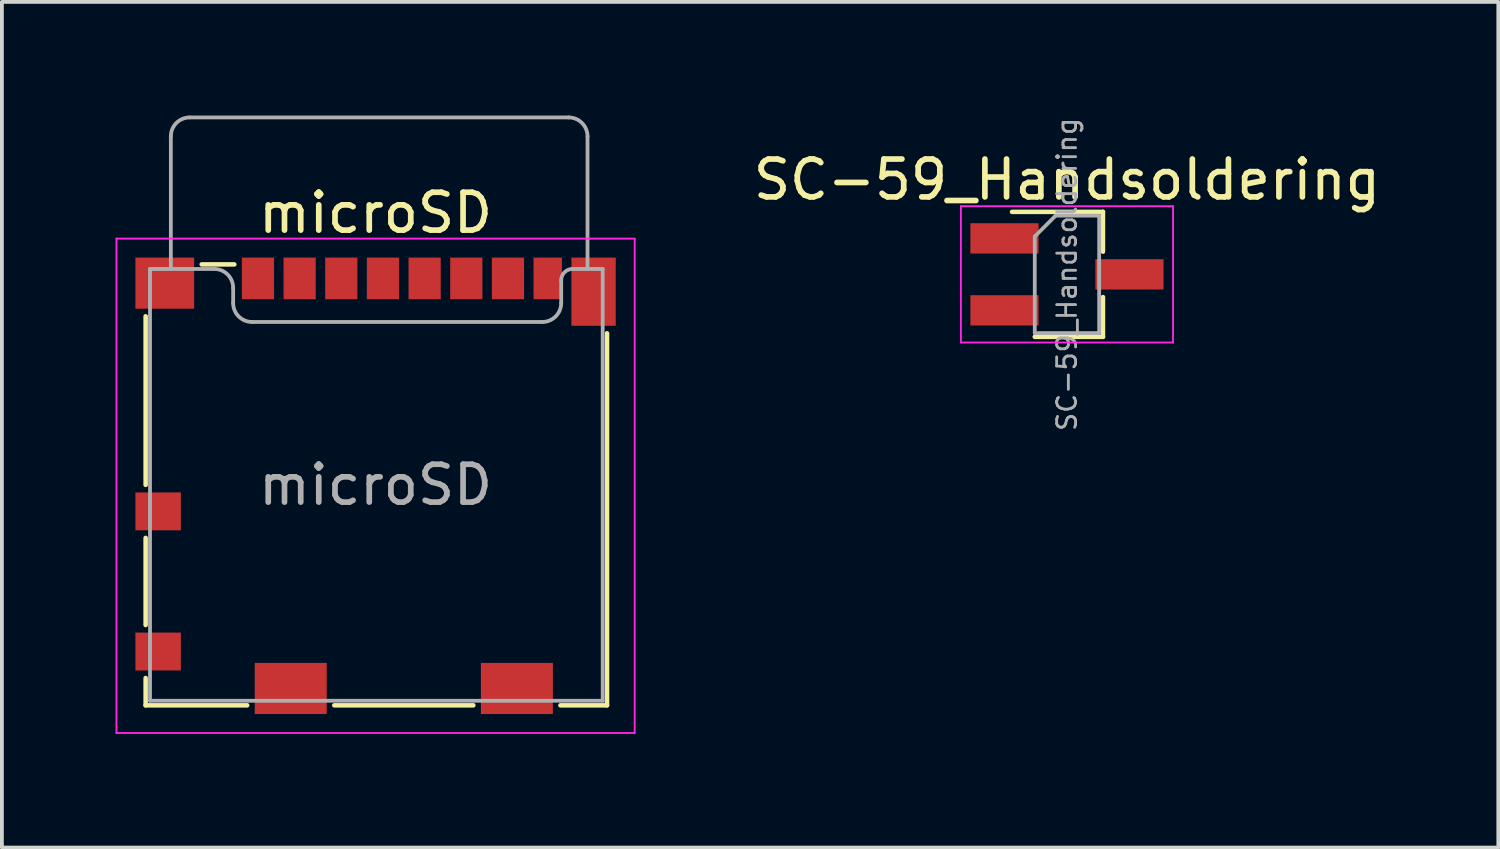
<source format=kicad_pcb>
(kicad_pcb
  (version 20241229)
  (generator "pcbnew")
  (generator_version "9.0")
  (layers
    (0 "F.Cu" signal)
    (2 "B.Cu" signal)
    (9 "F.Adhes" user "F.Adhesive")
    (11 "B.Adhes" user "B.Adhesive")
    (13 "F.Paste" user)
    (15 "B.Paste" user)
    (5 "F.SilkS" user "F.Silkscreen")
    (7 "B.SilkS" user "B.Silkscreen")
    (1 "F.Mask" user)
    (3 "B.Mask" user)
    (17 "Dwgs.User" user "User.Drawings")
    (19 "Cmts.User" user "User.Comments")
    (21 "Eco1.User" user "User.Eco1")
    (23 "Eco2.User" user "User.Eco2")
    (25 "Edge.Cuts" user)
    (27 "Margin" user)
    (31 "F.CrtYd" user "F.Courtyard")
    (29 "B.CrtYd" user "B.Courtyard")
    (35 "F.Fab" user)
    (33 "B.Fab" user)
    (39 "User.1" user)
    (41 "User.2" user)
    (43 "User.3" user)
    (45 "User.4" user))
  (footprint "SC-59_Handsoldering"
    (layer "F.Cu")
    (at 25.117 4.193)
    (property "Reference" "SC-59_Handsoldering" (at 0 -2.5 0) (layer "F.SilkS") (effects (font (size 1 1) (thickness 0.15))))
    (attr smd)
    (fp_line (start -1.45 -1.65) (end 0.95 -1.65) (stroke (width 0.12) (type solid)) (layer "F.SilkS"))
    (fp_line (start -0.85 1.65) (end 0.95 1.65) (stroke (width 0.12) (type solid)) (layer "F.SilkS"))
    (fp_line (start 0.95 -1.65) (end 0.95 -0.6) (stroke (width 0.12) (type solid)) (layer "F.SilkS"))
    (fp_line (start 0.95 1.65) (end 0.95 0.6) (stroke (width 0.12) (type solid)) (layer "F.SilkS"))
    (fp_line (start -2.8 -1.8) (end -2.8 1.8) (stroke (width 0.05) (type solid)) (layer "F.CrtYd"))
    (fp_line (start -2.8 -1.8) (end 2.8 -1.8) (stroke (width 0.05) (type solid)) (layer "F.CrtYd"))
    (fp_line (start 2.8 1.8) (end -2.8 1.8) (stroke (width 0.05) (type solid)) (layer "F.CrtYd"))
    (fp_line (start 2.8 1.8) (end 2.8 -1.8) (stroke (width 0.05) (type solid)) (layer "F.CrtYd"))
    (fp_line (start -0.85 1.55) (end -0.85 -1) (stroke (width 0.1) (type solid)) (layer "F.Fab"))
    (fp_line (start -0.85 1.55) (end 0.85 1.55) (stroke (width 0.1) (type solid)) (layer "F.Fab"))
    (fp_line (start -0.3 -1.55) (end -0.85 -1) (stroke (width 0.1) (type solid)) (layer "F.Fab"))
    (fp_line (start -0.3 -1.55) (end 0.85 -1.55) (stroke (width 0.1) (type solid)) (layer "F.Fab"))
    (fp_line (start 0.85 -1.52) (end 0.85 1.52) (stroke (width 0.1) (type solid)) (layer "F.Fab"))
    (fp_text user "${REFERENCE}" (at 0 0 90) (layer "F.Fab") (effects (font (size 0.5 0.5) (thickness 0.075))))
    (pad "1" smd rect (at -1.65 -0.95) (size 1.8 0.8) (layers "F.Cu" "F.Mask" "F.Paste"))
    (pad "2" smd rect (at -1.65 0.95) (size 1.8 0.8) (layers "F.Cu" "F.Mask" "F.Paste"))
    (pad "3" smd rect (at 1.65 0) (size 1.8 0.8) (layers "F.Cu" "F.Mask" "F.Paste")))
  (footprint "microSD"
    (layer "F.Cu")
    (at 6.865 9.75)
    (property "Reference" "microSD" (at 0 -7.18 0) (layer "F.SilkS") (effects (font (size 1 1) (thickness 0.15))))
    (attr smd)
    (fp_line (start -6.07 -4.45) (end -6.07 0) (stroke (width 0.12) (type solid)) (layer "F.SilkS"))
    (fp_line (start -6.07 1.4) (end -6.07 3.7) (stroke (width 0.12) (type solid)) (layer "F.SilkS"))
    (fp_line (start -6.07 5.1) (end -6.07 5.82) (stroke (width 0.12) (type solid)) (layer "F.SilkS"))
    (fp_line (start -6.07 5.82) (end -3.39 5.82) (stroke (width 0.12) (type solid)) (layer "F.SilkS"))
    (fp_line (start -4.59 -5.82) (end -3.73 -5.82) (stroke (width 0.12) (type solid)) (layer "F.SilkS"))
    (fp_line (start -1.09 5.82) (end 2.58 5.82) (stroke (width 0.12) (type solid)) (layer "F.SilkS"))
    (fp_line (start 4.88 5.82) (end 6.11 5.82) (stroke (width 0.12) (type solid)) (layer "F.SilkS"))
    (fp_line (start 6.11 5.82) (end 6.11 -4) (stroke (width 0.12) (type solid)) (layer "F.SilkS"))
    (fp_line (start -6.84 -6.5) (end 6.84 -6.5) (stroke (width 0.05) (type solid)) (layer "F.CrtYd"))
    (fp_line (start -6.84 6.55) (end -6.84 -6.5) (stroke (width 0.05) (type solid)) (layer "F.CrtYd"))
    (fp_line (start 6.84 -6.5) (end 6.84 6.55) (stroke (width 0.05) (type solid)) (layer "F.CrtYd"))
    (fp_line (start 6.84 6.55) (end -6.84 6.55) (stroke (width 0.05) (type solid)) (layer "F.CrtYd"))
    (fp_line (start -5.955 -5.7) (end -5.955 5.7) (stroke (width 0.1) (type solid)) (layer "F.Fab"))
    (fp_line (start -5.955 -5.7) (end -4.26 -5.7) (stroke (width 0.1) (type solid)) (layer "F.Fab"))
    (fp_line (start -5.405 -9.2) (end -5.405 -5.7) (stroke (width 0.1) (type solid)) (layer "F.Fab"))
    (fp_line (start -4.905 -9.7) (end 5.095 -9.7) (stroke (width 0.1) (type solid)) (layer "F.Fab"))
    (fp_line (start -3.76 -4.8) (end -3.76 -5.2) (stroke (width 0.1) (type solid)) (layer "F.Fab"))
    (fp_line (start 4.4 -4.3) (end -3.26 -4.3) (stroke (width 0.1) (type solid)) (layer "F.Fab"))
    (fp_line (start 4.9 -5.4) (end 4.9 -4.8) (stroke (width 0.1) (type solid)) (layer "F.Fab"))
    (fp_line (start 5.595 -5.7) (end 5.595 -9.2) (stroke (width 0.1) (type solid)) (layer "F.Fab"))
    (fp_line (start 5.995 -5.7) (end 5.21 -5.7) (stroke (width 0.1) (type solid)) (layer "F.Fab"))
    (fp_line (start 5.995 5.7) (end -5.955 5.7) (stroke (width 0.1) (type solid)) (layer "F.Fab"))
    (fp_line (start 5.995 5.7) (end 5.995 -5.7) (stroke (width 0.1) (type solid)) (layer "F.Fab"))
    (fp_arc (start -5.405 -9.2) (mid -5.258553 -9.553553) (end -4.905 -9.7) (stroke (width 0.1) (type solid)) (layer "F.Fab"))
    (fp_arc (start -4.26 -5.7) (mid -3.906447 -5.553553) (end -3.76 -5.2) (stroke (width 0.1) (type solid)) (layer "F.Fab"))
    (fp_arc (start -3.26 -4.3) (mid -3.613553 -4.446447) (end -3.76 -4.8) (stroke (width 0.1) (type solid)) (layer "F.Fab"))
    (fp_arc (start 4.9 -5.4) (mid 4.987868 -5.612132) (end 5.2 -5.7) (stroke (width 0.1) (type solid)) (layer "F.Fab"))
    (fp_arc (start 4.9 -4.8) (mid 4.753553 -4.446447) (end 4.4 -4.3) (stroke (width 0.1) (type solid)) (layer "F.Fab"))
    (fp_arc (start 5.095 -9.7) (mid 5.448553 -9.553553) (end 5.595 -9.2) (stroke (width 0.1) (type solid)) (layer "F.Fab"))
    (fp_text user "${REFERENCE}" (at 0 0 0) (layer "F.Fab") (effects (font (size 1 1) (thickness 0.15))))
    (pad "1" smd rect (at -3.105 -5.45) (size 0.85 1.1) (layers "F.Cu" "F.Mask" "F.Paste"))
    (pad "2" smd rect (at -2.005 -5.45) (size 0.85 1.1) (layers "F.Cu" "F.Mask" "F.Paste"))
    (pad "3" smd rect (at -0.905 -5.45) (size 0.85 1.1) (layers "F.Cu" "F.Mask" "F.Paste"))
    (pad "4" smd rect (at 0.195 -5.45) (size 0.85 1.1) (layers "F.Cu" "F.Mask" "F.Paste"))
    (pad "5" smd rect (at 1.295 -5.45) (size 0.85 1.1) (layers "F.Cu" "F.Mask" "F.Paste"))
    (pad "6" smd rect (at 2.395 -5.45) (size 0.85 1.1) (layers "F.Cu" "F.Mask" "F.Paste"))
    (pad "7" smd rect (at 3.495 -5.45) (size 0.85 1.1) (layers "F.Cu" "F.Mask" "F.Paste"))
    (pad "8" smd rect (at 4.545 -5.45) (size 0.75 1.1) (layers "F.Cu" "F.Mask" "F.Paste"))
    (pad "9" smd rect (at -5.74 0.7) (size 1.2 1) (layers "F.Cu" "F.Mask" "F.Paste"))
    (pad "10" smd rect (at -5.74 4.4) (size 1.2 1) (layers "F.Cu" "F.Mask" "F.Paste"))
    (pad "11" smd rect (at -5.565 -5.325) (size 1.55 1.35) (layers "F.Cu" "F.Mask" "F.Paste"))
    (pad "11" smd rect (at -2.24 5.375) (size 1.9 1.35) (layers "F.Cu" "F.Mask" "F.Paste"))
    (pad "11" smd rect (at 3.73 5.375) (size 1.9 1.35) (layers "F.Cu" "F.Mask" "F.Paste"))
    (pad "11" smd rect (at 5.755 -5.1) (size 1.17 1.8) (layers "F.Cu" "F.Mask" "F.Paste")))
  (gr_rect
    (start -3 -3)
    (end 36.504 19.325)
    (stroke (width 0.1) (type default))
    (fill no)
    (layer "Edge.Cuts")))
</source>
